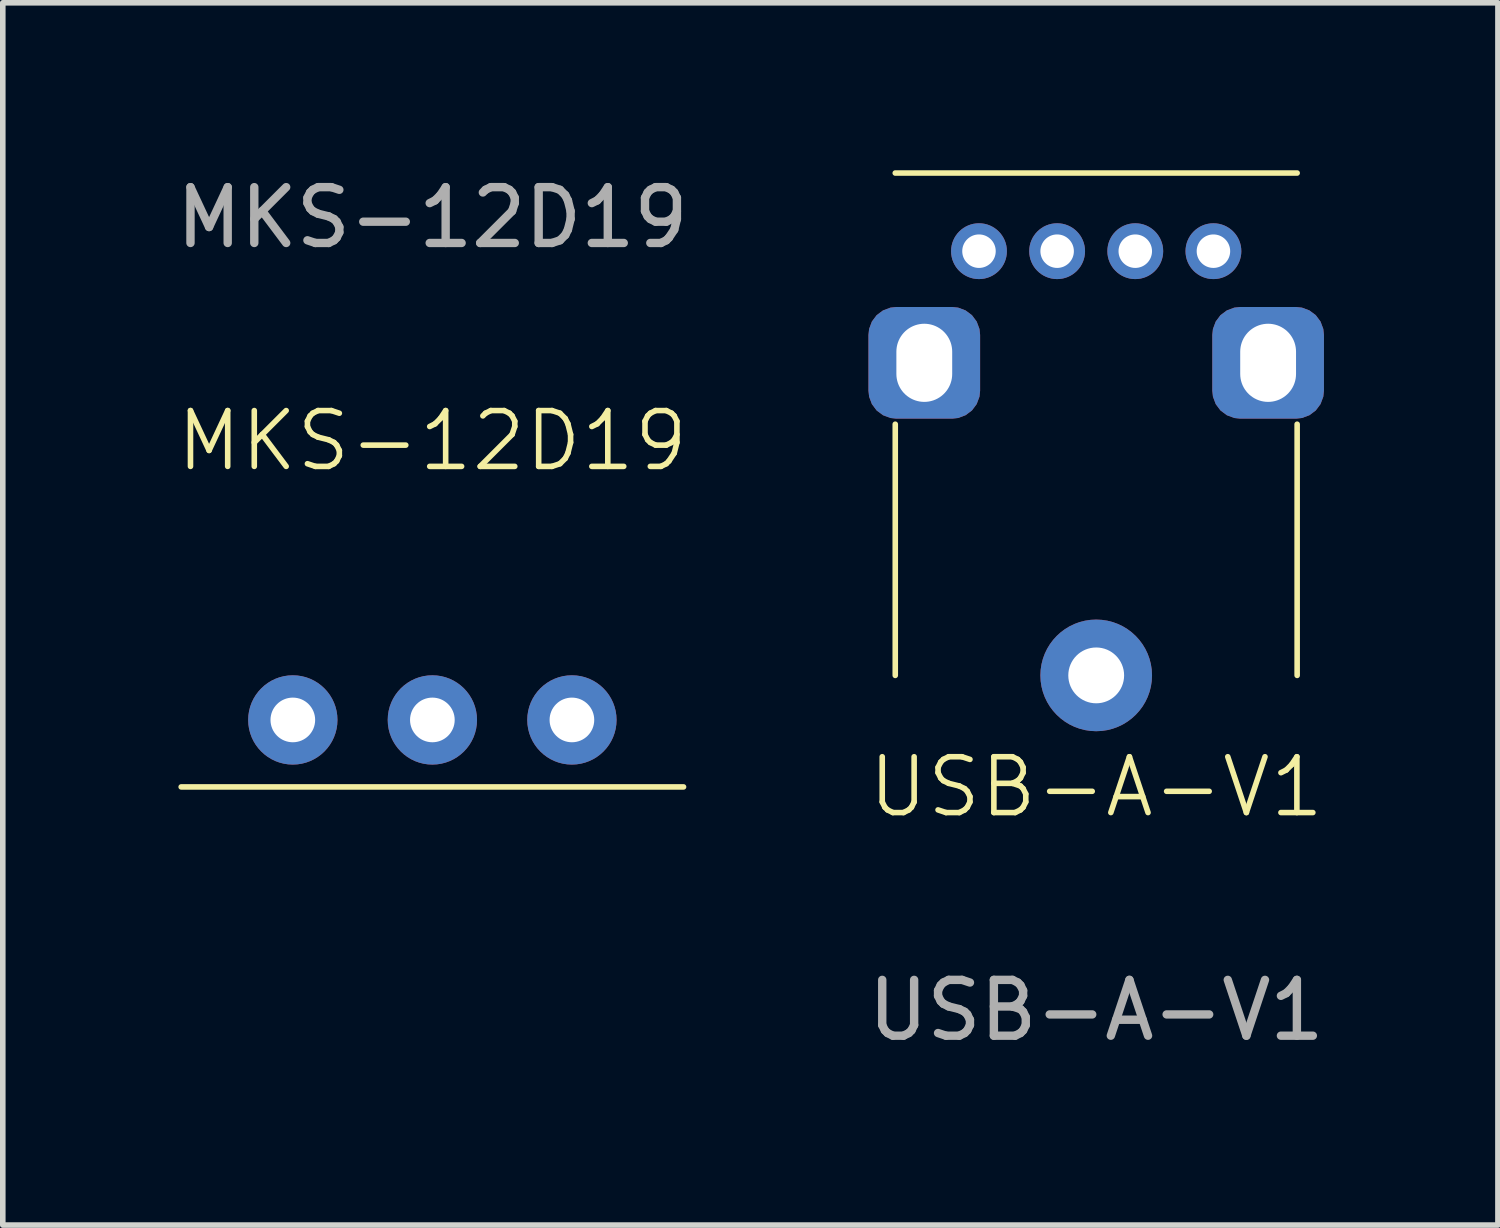
<source format=kicad_pcb>
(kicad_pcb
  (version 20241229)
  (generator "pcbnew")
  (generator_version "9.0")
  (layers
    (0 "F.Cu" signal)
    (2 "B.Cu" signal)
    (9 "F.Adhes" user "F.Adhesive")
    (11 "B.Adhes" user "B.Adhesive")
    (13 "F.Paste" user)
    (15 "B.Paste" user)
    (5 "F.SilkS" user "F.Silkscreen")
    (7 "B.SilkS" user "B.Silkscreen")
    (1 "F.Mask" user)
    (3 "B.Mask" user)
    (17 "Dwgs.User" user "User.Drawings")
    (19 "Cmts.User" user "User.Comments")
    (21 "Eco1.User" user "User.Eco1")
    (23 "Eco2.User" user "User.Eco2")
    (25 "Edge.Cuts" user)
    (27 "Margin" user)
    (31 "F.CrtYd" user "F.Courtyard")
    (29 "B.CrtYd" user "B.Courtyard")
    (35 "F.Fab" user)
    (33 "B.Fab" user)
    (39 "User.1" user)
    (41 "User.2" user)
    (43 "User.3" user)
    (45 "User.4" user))
  (footprint "USB-A-V1"
    (layer "F.Cu")
    (at 16.589 9.05)
    (property "Reference" "USB-A-V1" (at 0 2 0) (unlocked yes) (layer "F.SilkS") (effects (font (size 1 1) (thickness 0.1))))
    (attr through_hole)
    (fp_line (start -3.6 -9) (end 3.6 -9) (stroke (width 0.1) (type default)) (layer "F.SilkS"))
    (fp_line (start -3.6 -4.5) (end -3.6 0) (stroke (width 0.1) (type default)) (layer "F.SilkS"))
    (fp_line (start 3.6 -4.5) (end 3.6 0) (stroke (width 0.1) (type default)) (layer "F.SilkS"))
    (fp_text user "${REFERENCE}" (at 0 6 0) (unlocked yes) (layer "F.Fab") (effects (font (size 1 1) (thickness 0.15))))
    (pad "1" thru_hole circle (at 2.1 -7.6) (size 1 1) (drill 0.6) (layers "*.Cu" "*.Mask"))
    (pad "2" thru_hole circle (at 0.7 -7.6) (size 1 1) (drill 0.6) (layers "*.Cu" "*.Mask"))
    (pad "3" thru_hole circle (at -0.7 -7.6) (size 1 1) (drill 0.6) (layers "*.Cu" "*.Mask"))
    (pad "4" thru_hole circle (at -2.1 -7.6) (size 1 1) (drill 0.6) (layers "*.Cu" "*.Mask"))
    (pad "5" thru_hole roundrect (at -3.08 -5.6) (size 2 2) (drill oval 1 1.4) (layers "*.Cu" "*.Mask") (roundrect_rratio 0.25))
    (pad "5" thru_hole circle (at 0 0) (size 2 2) (drill 1) (layers "*.Cu" "*.Mask"))
    (pad "5" thru_hole roundrect (at 3.08 -5.6) (size 2 2) (drill oval 1 1.4) (layers "*.Cu" "*.Mask") (roundrect_rratio 0.25)))
  (footprint "MKS-12D19"
    (layer "F.Cu")
    (at 4.696 9.848)
    (property "Reference" "MKS-12D19" (at 0 -5 0) (unlocked yes) (layer "F.SilkS") (effects (font (size 1 1) (thickness 0.1))))
    (attr through_hole)
    (fp_line (start -4.5 1.2) (end 4.5 1.2) (stroke (width 0.1) (type default)) (layer "F.SilkS"))
    (fp_text user "${REFERENCE}" (at 0 -9 0) (unlocked yes) (layer "F.Fab") (effects (font (size 1 1) (thickness 0.15))))
    (pad "1" thru_hole circle (at -2.5 0) (size 1.6 1.6) (drill 0.8) (layers "*.Cu" "*.Mask"))
    (pad "2" thru_hole circle (at 0 0) (size 1.6 1.6) (drill 0.8) (layers "*.Cu" "*.Mask"))
    (pad "3" thru_hole circle (at 2.5 0) (size 1.6 1.6) (drill 0.8) (layers "*.Cu" "*.Mask")))
  (gr_rect
    (start -3 -3)
    (end 23.786 18.898)
    (stroke (width 0.1) (type default))
    (fill no)
    (layer "Edge.Cuts")))
</source>
